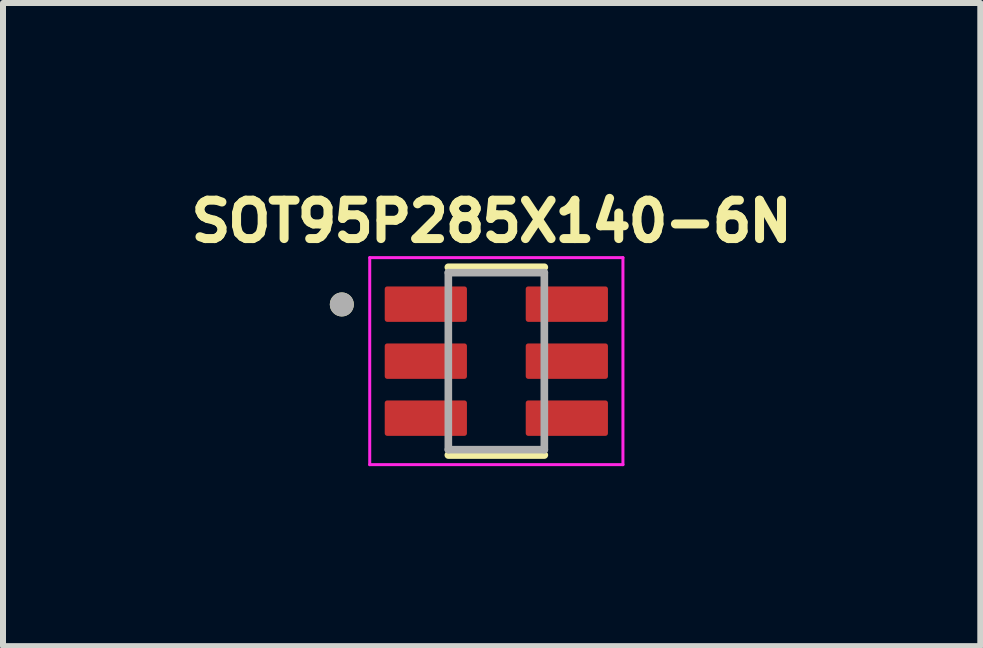
<source format=kicad_pcb>
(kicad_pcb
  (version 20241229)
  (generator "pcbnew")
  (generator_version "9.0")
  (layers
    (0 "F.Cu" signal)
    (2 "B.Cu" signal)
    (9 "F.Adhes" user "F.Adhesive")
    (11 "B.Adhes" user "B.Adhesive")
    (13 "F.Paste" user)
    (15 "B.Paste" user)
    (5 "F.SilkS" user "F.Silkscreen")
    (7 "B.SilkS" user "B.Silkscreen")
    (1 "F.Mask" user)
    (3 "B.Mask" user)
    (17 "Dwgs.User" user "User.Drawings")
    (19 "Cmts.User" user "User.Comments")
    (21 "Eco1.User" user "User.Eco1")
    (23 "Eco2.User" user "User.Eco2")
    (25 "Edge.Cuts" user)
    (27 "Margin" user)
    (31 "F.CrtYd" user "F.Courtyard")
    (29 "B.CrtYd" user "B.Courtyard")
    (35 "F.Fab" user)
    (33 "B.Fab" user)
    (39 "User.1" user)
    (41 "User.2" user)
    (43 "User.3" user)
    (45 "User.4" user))
  (footprint "SOT95P285X140-6N"
    (layer "F.Cu")
    (at 5.222 2.969)
    (property "Reference" "SOT95P285X140-6N" (at -0.078 -2.331 0) (layer "F.SilkS") (effects (font (size 0.64 0.64) (thickness 0.15))))
    (attr smd)
    (fp_line (start -0.8 -1.565) (end 0.8 -1.565) (stroke (width 0.127) (type solid)) (layer "F.SilkS"))
    (fp_line (start 0.8 1.565) (end -0.8 1.565) (stroke (width 0.127) (type solid)) (layer "F.SilkS"))
    (fp_circle (center -2.575 -0.945) (end -2.475 -0.945) (stroke (width 0.2) (type solid)) (fill no) (layer "F.SilkS"))
    (fp_line (start -2.11 -1.725) (end -2.11 1.725) (stroke (width 0.05) (type solid)) (layer "F.CrtYd"))
    (fp_line (start -2.11 1.725) (end 2.11 1.725) (stroke (width 0.05) (type solid)) (layer "F.CrtYd"))
    (fp_line (start 2.11 -1.725) (end -2.11 -1.725) (stroke (width 0.05) (type solid)) (layer "F.CrtYd"))
    (fp_line (start 2.11 1.725) (end 2.11 -1.725) (stroke (width 0.05) (type solid)) (layer "F.CrtYd"))
    (fp_line (start -0.8 -1.475) (end 0.8 -1.475) (stroke (width 0.127) (type solid)) (layer "F.Fab"))
    (fp_line (start -0.8 1.475) (end -0.8 -1.475) (stroke (width 0.127) (type solid)) (layer "F.Fab"))
    (fp_line (start 0.8 -1.475) (end 0.8 1.475) (stroke (width 0.127) (type solid)) (layer "F.Fab"))
    (fp_line (start 0.8 1.475) (end -0.8 1.475) (stroke (width 0.127) (type solid)) (layer "F.Fab"))
    (fp_circle (center -2.575 -0.945) (end -2.475 -0.945) (stroke (width 0.2) (type solid)) (fill no) (layer "F.Fab"))
    (pad "1" smd roundrect (at -1.175 -0.95) (size 1.37 0.59) (layers "F.Cu" "F.Mask" "F.Paste") (roundrect_rratio 0.07))
    (pad "2" smd roundrect (at -1.175 0) (size 1.37 0.59) (layers "F.Cu" "F.Mask" "F.Paste") (roundrect_rratio 0.07))
    (pad "3" smd roundrect (at -1.175 0.95) (size 1.37 0.59) (layers "F.Cu" "F.Mask" "F.Paste") (roundrect_rratio 0.07))
    (pad "4" smd roundrect (at 1.175 0.95) (size 1.37 0.59) (layers "F.Cu" "F.Mask" "F.Paste") (roundrect_rratio 0.07))
    (pad "5" smd roundrect (at 1.175 0) (size 1.37 0.59) (layers "F.Cu" "F.Mask" "F.Paste") (roundrect_rratio 0.07))
    (pad "6" smd roundrect (at 1.175 -0.95) (size 1.37 0.59) (layers "F.Cu" "F.Mask" "F.Paste") (roundrect_rratio 0.07)))
  (gr_rect
    (start -3 -3)
    (end 13.288 7.719)
    (stroke (width 0.1) (type default))
    (fill no)
    (layer "Edge.Cuts")))
</source>
